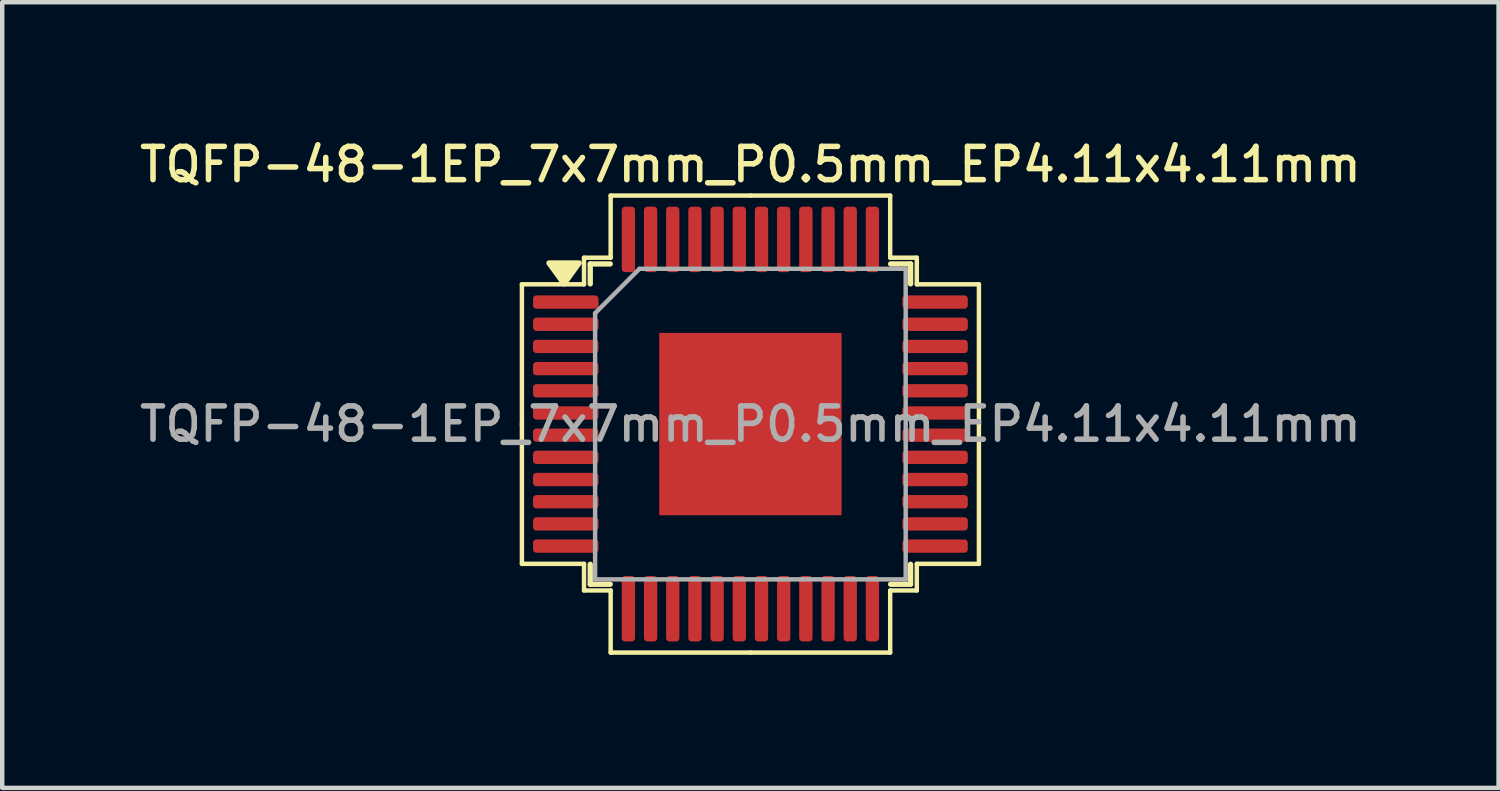
<source format=kicad_pcb>
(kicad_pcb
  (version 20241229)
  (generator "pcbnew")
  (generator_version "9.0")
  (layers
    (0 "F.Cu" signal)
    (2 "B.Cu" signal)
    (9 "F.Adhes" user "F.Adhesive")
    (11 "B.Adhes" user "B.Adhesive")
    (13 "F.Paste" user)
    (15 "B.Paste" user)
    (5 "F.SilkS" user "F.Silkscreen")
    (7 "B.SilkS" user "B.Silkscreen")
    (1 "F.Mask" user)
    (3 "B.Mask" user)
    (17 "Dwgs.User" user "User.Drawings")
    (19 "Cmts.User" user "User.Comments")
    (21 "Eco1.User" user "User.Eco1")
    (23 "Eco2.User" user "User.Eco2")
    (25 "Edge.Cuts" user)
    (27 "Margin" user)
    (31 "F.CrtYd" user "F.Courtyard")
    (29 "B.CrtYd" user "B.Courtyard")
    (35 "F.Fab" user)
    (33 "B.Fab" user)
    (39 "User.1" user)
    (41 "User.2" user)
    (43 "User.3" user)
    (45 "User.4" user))
  (footprint "TQFP-48-1EP_7x7mm_P0.5mm_EP4.11x4.11mm"
    (layer "F.Cu")
    (at 13.863 6.508)
    (property "Reference" "TQFP-48-1EP_7x7mm_P0.5mm_EP4.11x4.11mm" (at 0 -5.85 0) (layer "F.SilkS") (effects (font (size 0.75 0.75) (thickness 0.125))))
    (attr smd)
    (fp_line (start -5.15 -3.15) (end -5.15 0) (stroke (width 0.1) (type solid)) (layer "F.SilkS"))
    (fp_line (start -5.15 3.15) (end -5.15 0) (stroke (width 0.1) (type solid)) (layer "F.SilkS"))
    (fp_line (start -3.75 -3.75) (end -3.75 -3.15) (stroke (width 0.1) (type solid)) (layer "F.SilkS"))
    (fp_line (start -3.75 -3.15) (end -5.15 -3.15) (stroke (width 0.1) (type solid)) (layer "F.SilkS"))
    (fp_line (start -3.75 3.15) (end -5.15 3.15) (stroke (width 0.1) (type solid)) (layer "F.SilkS"))
    (fp_line (start -3.75 3.75) (end -3.75 3.15) (stroke (width 0.1) (type solid)) (layer "F.SilkS"))
    (fp_line (start -3.61 -3.61) (end -3.61 -3.16) (stroke (width 0.12) (type solid)) (layer "F.SilkS"))
    (fp_line (start -3.61 3.61) (end -3.61 3.16) (stroke (width 0.12) (type solid)) (layer "F.SilkS"))
    (fp_line (start -3.16 -3.61) (end -3.61 -3.61) (stroke (width 0.12) (type solid)) (layer "F.SilkS"))
    (fp_line (start -3.16 3.61) (end -3.61 3.61) (stroke (width 0.12) (type solid)) (layer "F.SilkS"))
    (fp_line (start -3.15 -5.15) (end -3.15 -3.75) (stroke (width 0.1) (type solid)) (layer "F.SilkS"))
    (fp_line (start -3.15 -3.75) (end -3.75 -3.75) (stroke (width 0.1) (type solid)) (layer "F.SilkS"))
    (fp_line (start -3.15 3.75) (end -3.75 3.75) (stroke (width 0.1) (type solid)) (layer "F.SilkS"))
    (fp_line (start -3.15 5.15) (end -3.15 3.75) (stroke (width 0.1) (type solid)) (layer "F.SilkS"))
    (fp_line (start 0 -5.15) (end -3.15 -5.15) (stroke (width 0.1) (type solid)) (layer "F.SilkS"))
    (fp_line (start 0 -5.15) (end 3.15 -5.15) (stroke (width 0.1) (type solid)) (layer "F.SilkS"))
    (fp_line (start 0 5.15) (end -3.15 5.15) (stroke (width 0.1) (type solid)) (layer "F.SilkS"))
    (fp_line (start 0 5.15) (end 3.15 5.15) (stroke (width 0.1) (type solid)) (layer "F.SilkS"))
    (fp_line (start 3.15 -5.15) (end 3.15 -3.75) (stroke (width 0.1) (type solid)) (layer "F.SilkS"))
    (fp_line (start 3.15 -3.75) (end 3.75 -3.75) (stroke (width 0.1) (type solid)) (layer "F.SilkS"))
    (fp_line (start 3.15 3.75) (end 3.75 3.75) (stroke (width 0.1) (type solid)) (layer "F.SilkS"))
    (fp_line (start 3.15 5.15) (end 3.15 3.75) (stroke (width 0.1) (type solid)) (layer "F.SilkS"))
    (fp_line (start 3.16 -3.61) (end 3.61 -3.61) (stroke (width 0.12) (type solid)) (layer "F.SilkS"))
    (fp_line (start 3.16 3.61) (end 3.61 3.61) (stroke (width 0.12) (type solid)) (layer "F.SilkS"))
    (fp_line (start 3.61 -3.61) (end 3.61 -3.16) (stroke (width 0.12) (type solid)) (layer "F.SilkS"))
    (fp_line (start 3.61 3.61) (end 3.61 3.16) (stroke (width 0.12) (type solid)) (layer "F.SilkS"))
    (fp_line (start 3.75 -3.75) (end 3.75 -3.15) (stroke (width 0.1) (type solid)) (layer "F.SilkS"))
    (fp_line (start 3.75 -3.15) (end 5.15 -3.15) (stroke (width 0.1) (type solid)) (layer "F.SilkS"))
    (fp_line (start 3.75 3.15) (end 5.15 3.15) (stroke (width 0.1) (type solid)) (layer "F.SilkS"))
    (fp_line (start 3.75 3.75) (end 3.75 3.15) (stroke (width 0.1) (type solid)) (layer "F.SilkS"))
    (fp_line (start 5.15 -3.15) (end 5.15 0) (stroke (width 0.1) (type solid)) (layer "F.SilkS"))
    (fp_line (start 5.15 3.15) (end 5.15 0) (stroke (width 0.1) (type solid)) (layer "F.SilkS"))
    (fp_poly (pts (xy -4.2 -3.16) (xy -4.54 -3.63) (xy -3.86 -3.63) (xy -4.2 -3.16)) (stroke (width 0.12) (type solid)) (fill yes) (layer "F.SilkS"))
    (fp_line (start -3.5 -2.5) (end -2.5 -3.5) (stroke (width 0.1) (type solid)) (layer "F.Fab"))
    (fp_line (start -3.5 3.5) (end -3.5 -2.5) (stroke (width 0.1) (type solid)) (layer "F.Fab"))
    (fp_line (start -2.5 -3.5) (end 3.5 -3.5) (stroke (width 0.1) (type solid)) (layer "F.Fab"))
    (fp_line (start 3.5 -3.5) (end 3.5 3.5) (stroke (width 0.1) (type solid)) (layer "F.Fab"))
    (fp_line (start 3.5 3.5) (end -3.5 3.5) (stroke (width 0.1) (type solid)) (layer "F.Fab"))
    (fp_text user "${REFERENCE}" (at 0 0 0) (layer "F.Fab") (effects (font (size 0.75 0.75) (thickness 0.125))))
    (pad "" smd roundrect (at -1.545 -1.545) (size 0.83 0.83) (layers "F.Paste") (roundrect_rratio 0.25))
    (pad "" smd roundrect (at -1.545 -0.515) (size 0.83 0.83) (layers "F.Paste") (roundrect_rratio 0.25))
    (pad "" smd roundrect (at -1.545 0.515) (size 0.83 0.83) (layers "F.Paste") (roundrect_rratio 0.25))
    (pad "" smd roundrect (at -1.545 1.545) (size 0.83 0.83) (layers "F.Paste") (roundrect_rratio 0.25))
    (pad "" smd roundrect (at -0.515 -1.545) (size 0.83 0.83) (layers "F.Paste") (roundrect_rratio 0.25))
    (pad "" smd roundrect (at -0.515 -0.515) (size 0.83 0.83) (layers "F.Paste") (roundrect_rratio 0.25))
    (pad "" smd roundrect (at -0.515 0.515) (size 0.83 0.83) (layers "F.Paste") (roundrect_rratio 0.25))
    (pad "" smd roundrect (at -0.515 1.545) (size 0.83 0.83) (layers "F.Paste") (roundrect_rratio 0.25))
    (pad "" smd roundrect (at 0.515 -1.545) (size 0.83 0.83) (layers "F.Paste") (roundrect_rratio 0.25))
    (pad "" smd roundrect (at 0.515 -0.515) (size 0.83 0.83) (layers "F.Paste") (roundrect_rratio 0.25))
    (pad "" smd roundrect (at 0.515 0.515) (size 0.83 0.83) (layers "F.Paste") (roundrect_rratio 0.25))
    (pad "" smd roundrect (at 0.515 1.545) (size 0.83 0.83) (layers "F.Paste") (roundrect_rratio 0.25))
    (pad "" smd roundrect (at 1.545 -1.545) (size 0.83 0.83) (layers "F.Paste") (roundrect_rratio 0.25))
    (pad "" smd roundrect (at 1.545 -0.515) (size 0.83 0.83) (layers "F.Paste") (roundrect_rratio 0.25))
    (pad "" smd roundrect (at 1.545 0.515) (size 0.83 0.83) (layers "F.Paste") (roundrect_rratio 0.25))
    (pad "" smd roundrect (at 1.545 1.545) (size 0.83 0.83) (layers "F.Paste") (roundrect_rratio 0.25))
    (pad "1" smd roundrect (at -4.162 -2.75) (size 1.475 0.3) (layers "F.Cu" "F.Mask" "F.Paste") (roundrect_rratio 0.25))
    (pad "2" smd roundrect (at -4.162 -2.25) (size 1.475 0.3) (layers "F.Cu" "F.Mask" "F.Paste") (roundrect_rratio 0.25))
    (pad "3" smd roundrect (at -4.162 -1.75) (size 1.475 0.3) (layers "F.Cu" "F.Mask" "F.Paste") (roundrect_rratio 0.25))
    (pad "4" smd roundrect (at -4.162 -1.25) (size 1.475 0.3) (layers "F.Cu" "F.Mask" "F.Paste") (roundrect_rratio 0.25))
    (pad "5" smd roundrect (at -4.162 -0.75) (size 1.475 0.3) (layers "F.Cu" "F.Mask" "F.Paste") (roundrect_rratio 0.25))
    (pad "6" smd roundrect (at -4.162 -0.25) (size 1.475 0.3) (layers "F.Cu" "F.Mask" "F.Paste") (roundrect_rratio 0.25))
    (pad "7" smd roundrect (at -4.162 0.25) (size 1.475 0.3) (layers "F.Cu" "F.Mask" "F.Paste") (roundrect_rratio 0.25))
    (pad "8" smd roundrect (at -4.162 0.75) (size 1.475 0.3) (layers "F.Cu" "F.Mask" "F.Paste") (roundrect_rratio 0.25))
    (pad "9" smd roundrect (at -4.162 1.25) (size 1.475 0.3) (layers "F.Cu" "F.Mask" "F.Paste") (roundrect_rratio 0.25))
    (pad "10" smd roundrect (at -4.162 1.75) (size 1.475 0.3) (layers "F.Cu" "F.Mask" "F.Paste") (roundrect_rratio 0.25))
    (pad "11" smd roundrect (at -4.162 2.25) (size 1.475 0.3) (layers "F.Cu" "F.Mask" "F.Paste") (roundrect_rratio 0.25))
    (pad "12" smd roundrect (at -4.162 2.75) (size 1.475 0.3) (layers "F.Cu" "F.Mask" "F.Paste") (roundrect_rratio 0.25))
    (pad "13" smd roundrect (at -2.75 4.162) (size 0.3 1.475) (layers "F.Cu" "F.Mask" "F.Paste") (roundrect_rratio 0.25))
    (pad "14" smd roundrect (at -2.25 4.162) (size 0.3 1.475) (layers "F.Cu" "F.Mask" "F.Paste") (roundrect_rratio 0.25))
    (pad "15" smd roundrect (at -1.75 4.162) (size 0.3 1.475) (layers "F.Cu" "F.Mask" "F.Paste") (roundrect_rratio 0.25))
    (pad "16" smd roundrect (at -1.25 4.162) (size 0.3 1.475) (layers "F.Cu" "F.Mask" "F.Paste") (roundrect_rratio 0.25))
    (pad "17" smd roundrect (at -0.75 4.162) (size 0.3 1.475) (layers "F.Cu" "F.Mask" "F.Paste") (roundrect_rratio 0.25))
    (pad "18" smd roundrect (at -0.25 4.162) (size 0.3 1.475) (layers "F.Cu" "F.Mask" "F.Paste") (roundrect_rratio 0.25))
    (pad "19" smd roundrect (at 0.25 4.162) (size 0.3 1.475) (layers "F.Cu" "F.Mask" "F.Paste") (roundrect_rratio 0.25))
    (pad "20" smd roundrect (at 0.75 4.162) (size 0.3 1.475) (layers "F.Cu" "F.Mask" "F.Paste") (roundrect_rratio 0.25))
    (pad "21" smd roundrect (at 1.25 4.162) (size 0.3 1.475) (layers "F.Cu" "F.Mask" "F.Paste") (roundrect_rratio 0.25))
    (pad "22" smd roundrect (at 1.75 4.162) (size 0.3 1.475) (layers "F.Cu" "F.Mask" "F.Paste") (roundrect_rratio 0.25))
    (pad "23" smd roundrect (at 2.25 4.162) (size 0.3 1.475) (layers "F.Cu" "F.Mask" "F.Paste") (roundrect_rratio 0.25))
    (pad "24" smd roundrect (at 2.75 4.162) (size 0.3 1.475) (layers "F.Cu" "F.Mask" "F.Paste") (roundrect_rratio 0.25))
    (pad "25" smd roundrect (at 4.162 2.75) (size 1.475 0.3) (layers "F.Cu" "F.Mask" "F.Paste") (roundrect_rratio 0.25))
    (pad "26" smd roundrect (at 4.162 2.25) (size 1.475 0.3) (layers "F.Cu" "F.Mask" "F.Paste") (roundrect_rratio 0.25))
    (pad "27" smd roundrect (at 4.162 1.75) (size 1.475 0.3) (layers "F.Cu" "F.Mask" "F.Paste") (roundrect_rratio 0.25))
    (pad "28" smd roundrect (at 4.162 1.25) (size 1.475 0.3) (layers "F.Cu" "F.Mask" "F.Paste") (roundrect_rratio 0.25))
    (pad "29" smd roundrect (at 4.162 0.75) (size 1.475 0.3) (layers "F.Cu" "F.Mask" "F.Paste") (roundrect_rratio 0.25))
    (pad "30" smd roundrect (at 4.162 0.25) (size 1.475 0.3) (layers "F.Cu" "F.Mask" "F.Paste") (roundrect_rratio 0.25))
    (pad "31" smd roundrect (at 4.162 -0.25) (size 1.475 0.3) (layers "F.Cu" "F.Mask" "F.Paste") (roundrect_rratio 0.25))
    (pad "32" smd roundrect (at 4.162 -0.75) (size 1.475 0.3) (layers "F.Cu" "F.Mask" "F.Paste") (roundrect_rratio 0.25))
    (pad "33" smd roundrect (at 4.162 -1.25) (size 1.475 0.3) (layers "F.Cu" "F.Mask" "F.Paste") (roundrect_rratio 0.25))
    (pad "34" smd roundrect (at 4.162 -1.75) (size 1.475 0.3) (layers "F.Cu" "F.Mask" "F.Paste") (roundrect_rratio 0.25))
    (pad "35" smd roundrect (at 4.162 -2.25) (size 1.475 0.3) (layers "F.Cu" "F.Mask" "F.Paste") (roundrect_rratio 0.25))
    (pad "36" smd roundrect (at 4.162 -2.75) (size 1.475 0.3) (layers "F.Cu" "F.Mask" "F.Paste") (roundrect_rratio 0.25))
    (pad "37" smd roundrect (at 2.75 -4.162) (size 0.3 1.475) (layers "F.Cu" "F.Mask" "F.Paste") (roundrect_rratio 0.25))
    (pad "38" smd roundrect (at 2.25 -4.162) (size 0.3 1.475) (layers "F.Cu" "F.Mask" "F.Paste") (roundrect_rratio 0.25))
    (pad "39" smd roundrect (at 1.75 -4.162) (size 0.3 1.475) (layers "F.Cu" "F.Mask" "F.Paste") (roundrect_rratio 0.25))
    (pad "40" smd roundrect (at 1.25 -4.162) (size 0.3 1.475) (layers "F.Cu" "F.Mask" "F.Paste") (roundrect_rratio 0.25))
    (pad "41" smd roundrect (at 0.75 -4.162) (size 0.3 1.475) (layers "F.Cu" "F.Mask" "F.Paste") (roundrect_rratio 0.25))
    (pad "42" smd roundrect (at 0.25 -4.162) (size 0.3 1.475) (layers "F.Cu" "F.Mask" "F.Paste") (roundrect_rratio 0.25))
    (pad "43" smd roundrect (at -0.25 -4.162) (size 0.3 1.475) (layers "F.Cu" "F.Mask" "F.Paste") (roundrect_rratio 0.25))
    (pad "44" smd roundrect (at -0.75 -4.162) (size 0.3 1.475) (layers "F.Cu" "F.Mask" "F.Paste") (roundrect_rratio 0.25))
    (pad "45" smd roundrect (at -1.25 -4.162) (size 0.3 1.475) (layers "F.Cu" "F.Mask" "F.Paste") (roundrect_rratio 0.25))
    (pad "46" smd roundrect (at -1.75 -4.162) (size 0.3 1.475) (layers "F.Cu" "F.Mask" "F.Paste") (roundrect_rratio 0.25))
    (pad "47" smd roundrect (at -2.25 -4.162) (size 0.3 1.475) (layers "F.Cu" "F.Mask" "F.Paste") (roundrect_rratio 0.25))
    (pad "48" smd roundrect (at -2.75 -4.162) (size 0.3 1.475) (layers "F.Cu" "F.Mask" "F.Paste") (roundrect_rratio 0.25))
    (pad "49" smd rect (at 0 0) (size 4.11 4.11) (property pad_prop_heatsink) (layers "F.Cu" "F.Mask")))
  (gr_rect
    (start -3 -3)
    (end 30.725 14.708)
    (stroke (width 0.1) (type default))
    (fill no)
    (layer "Edge.Cuts")))
</source>
